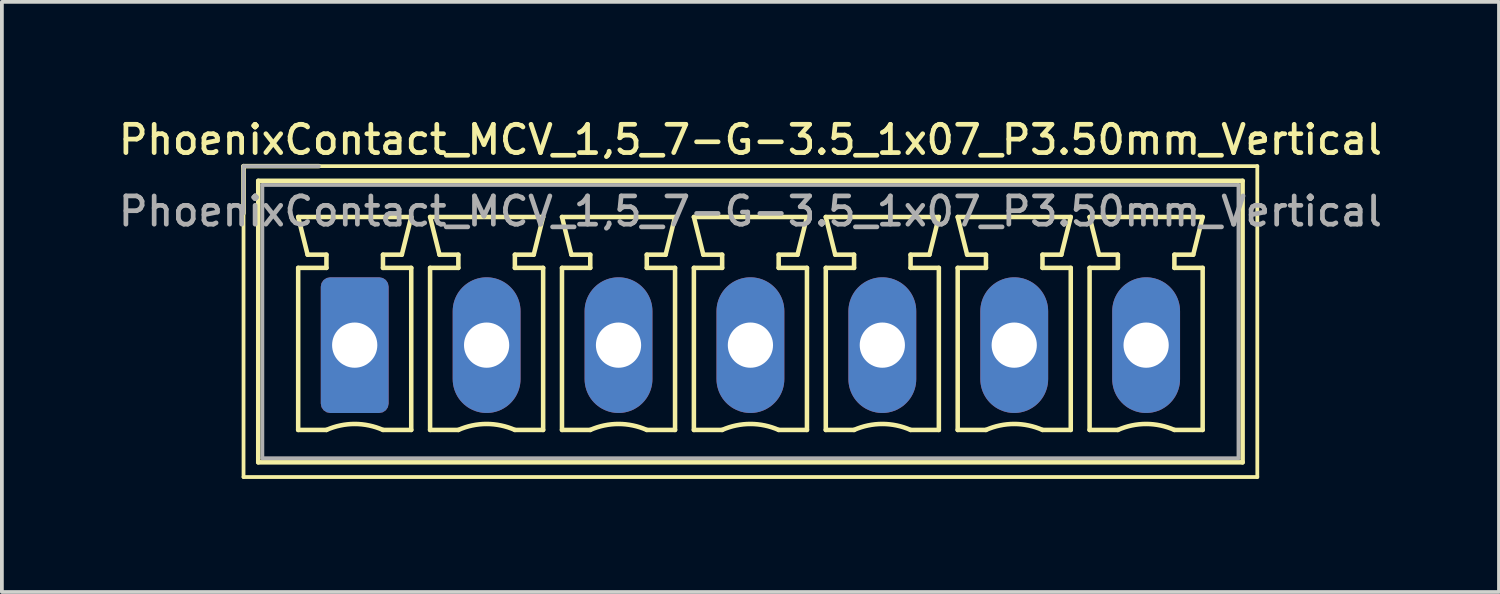
<source format=kicad_pcb>
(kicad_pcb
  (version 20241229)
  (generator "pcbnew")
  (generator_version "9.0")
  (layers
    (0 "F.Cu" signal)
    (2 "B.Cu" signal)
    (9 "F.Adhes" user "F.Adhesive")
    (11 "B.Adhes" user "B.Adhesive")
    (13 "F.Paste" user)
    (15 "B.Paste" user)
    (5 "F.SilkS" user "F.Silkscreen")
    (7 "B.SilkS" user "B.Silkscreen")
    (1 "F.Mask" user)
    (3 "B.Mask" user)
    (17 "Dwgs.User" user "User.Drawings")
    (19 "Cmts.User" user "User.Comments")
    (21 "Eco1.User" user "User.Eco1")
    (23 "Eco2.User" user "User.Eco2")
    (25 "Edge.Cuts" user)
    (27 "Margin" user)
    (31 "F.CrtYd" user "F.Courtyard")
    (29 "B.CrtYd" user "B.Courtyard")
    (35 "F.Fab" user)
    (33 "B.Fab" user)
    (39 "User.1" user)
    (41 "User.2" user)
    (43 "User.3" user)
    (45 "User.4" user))
  (footprint "PhoenixContact_MCV_1,5_7-G-3.5_1x07_P3.50mm_Vertical"
    (layer "F.Cu")
    (at 6.362 6.108)
    (property "Reference" "PhoenixContact_MCV_1,5_7-G-3.5_1x07_P3.50mm_Vertical" (at 10.5 -5.45 0) (layer "F.SilkS") (effects (font (size 0.75 0.75) (thickness 0.125))))
    (attr through_hole)
    (fp_line (start -2.95 -4.75) (end -2.95 3.5) (stroke (width 0.1) (type solid)) (layer "F.SilkS"))
    (fp_line (start -2.95 -4.75) (end -0.95 -4.75) (stroke (width 0.12) (type solid)) (layer "F.SilkS"))
    (fp_line (start -2.95 -3.5) (end -2.95 -4.75) (stroke (width 0.12) (type solid)) (layer "F.SilkS"))
    (fp_line (start -2.95 3.5) (end 23.95 3.5) (stroke (width 0.1) (type solid)) (layer "F.SilkS"))
    (fp_line (start -2.56 -4.36) (end -2.56 3.11) (stroke (width 0.12) (type solid)) (layer "F.SilkS"))
    (fp_line (start -2.56 3.11) (end 23.56 3.11) (stroke (width 0.12) (type solid)) (layer "F.SilkS"))
    (fp_line (start -1.5 -3.4) (end 1.5 -3.4) (stroke (width 0.12) (type solid)) (layer "F.SilkS"))
    (fp_line (start -1.5 -2.05) (end -0.75 -2.05) (stroke (width 0.12) (type solid)) (layer "F.SilkS"))
    (fp_line (start -1.5 2.25) (end -1.5 -2.05) (stroke (width 0.12) (type solid)) (layer "F.SilkS"))
    (fp_line (start -1.25 -2.4) (end -1.5 -3.4) (stroke (width 0.12) (type solid)) (layer "F.SilkS"))
    (fp_line (start -0.75 -2.4) (end -1.25 -2.4) (stroke (width 0.12) (type solid)) (layer "F.SilkS"))
    (fp_line (start -0.75 -2.05) (end -0.75 -2.4) (stroke (width 0.12) (type solid)) (layer "F.SilkS"))
    (fp_line (start -0.75 2.25) (end -1.5 2.25) (stroke (width 0.12) (type solid)) (layer "F.SilkS"))
    (fp_line (start 0.75 -2.4) (end 0.75 -2.05) (stroke (width 0.12) (type solid)) (layer "F.SilkS"))
    (fp_line (start 0.75 -2.05) (end 1.5 -2.05) (stroke (width 0.12) (type solid)) (layer "F.SilkS"))
    (fp_line (start 1.25 -2.4) (end 0.75 -2.4) (stroke (width 0.12) (type solid)) (layer "F.SilkS"))
    (fp_line (start 1.5 -3.4) (end 1.25 -2.4) (stroke (width 0.12) (type solid)) (layer "F.SilkS"))
    (fp_line (start 1.5 -2.05) (end 1.5 2.25) (stroke (width 0.12) (type solid)) (layer "F.SilkS"))
    (fp_line (start 1.5 2.25) (end 0.75 2.25) (stroke (width 0.12) (type solid)) (layer "F.SilkS"))
    (fp_line (start 2 -3.4) (end 5 -3.4) (stroke (width 0.12) (type solid)) (layer "F.SilkS"))
    (fp_line (start 2 -2.05) (end 2.75 -2.05) (stroke (width 0.12) (type solid)) (layer "F.SilkS"))
    (fp_line (start 2 2.25) (end 2 -2.05) (stroke (width 0.12) (type solid)) (layer "F.SilkS"))
    (fp_line (start 2.25 -2.4) (end 2 -3.4) (stroke (width 0.12) (type solid)) (layer "F.SilkS"))
    (fp_line (start 2.75 -2.4) (end 2.25 -2.4) (stroke (width 0.12) (type solid)) (layer "F.SilkS"))
    (fp_line (start 2.75 -2.05) (end 2.75 -2.4) (stroke (width 0.12) (type solid)) (layer "F.SilkS"))
    (fp_line (start 2.75 2.25) (end 2 2.25) (stroke (width 0.12) (type solid)) (layer "F.SilkS"))
    (fp_line (start 4.25 -2.4) (end 4.25 -2.05) (stroke (width 0.12) (type solid)) (layer "F.SilkS"))
    (fp_line (start 4.25 -2.05) (end 5 -2.05) (stroke (width 0.12) (type solid)) (layer "F.SilkS"))
    (fp_line (start 4.75 -2.4) (end 4.25 -2.4) (stroke (width 0.12) (type solid)) (layer "F.SilkS"))
    (fp_line (start 5 -3.4) (end 4.75 -2.4) (stroke (width 0.12) (type solid)) (layer "F.SilkS"))
    (fp_line (start 5 -2.05) (end 5 2.25) (stroke (width 0.12) (type solid)) (layer "F.SilkS"))
    (fp_line (start 5 2.25) (end 4.25 2.25) (stroke (width 0.12) (type solid)) (layer "F.SilkS"))
    (fp_line (start 5.5 -3.4) (end 8.5 -3.4) (stroke (width 0.12) (type solid)) (layer "F.SilkS"))
    (fp_line (start 5.5 -2.05) (end 6.25 -2.05) (stroke (width 0.12) (type solid)) (layer "F.SilkS"))
    (fp_line (start 5.5 2.25) (end 5.5 -2.05) (stroke (width 0.12) (type solid)) (layer "F.SilkS"))
    (fp_line (start 5.75 -2.4) (end 5.5 -3.4) (stroke (width 0.12) (type solid)) (layer "F.SilkS"))
    (fp_line (start 6.25 -2.4) (end 5.75 -2.4) (stroke (width 0.12) (type solid)) (layer "F.SilkS"))
    (fp_line (start 6.25 -2.05) (end 6.25 -2.4) (stroke (width 0.12) (type solid)) (layer "F.SilkS"))
    (fp_line (start 6.25 2.25) (end 5.5 2.25) (stroke (width 0.12) (type solid)) (layer "F.SilkS"))
    (fp_line (start 7.75 -2.4) (end 7.75 -2.05) (stroke (width 0.12) (type solid)) (layer "F.SilkS"))
    (fp_line (start 7.75 -2.05) (end 8.5 -2.05) (stroke (width 0.12) (type solid)) (layer "F.SilkS"))
    (fp_line (start 8.25 -2.4) (end 7.75 -2.4) (stroke (width 0.12) (type solid)) (layer "F.SilkS"))
    (fp_line (start 8.5 -3.4) (end 8.25 -2.4) (stroke (width 0.12) (type solid)) (layer "F.SilkS"))
    (fp_line (start 8.5 -2.05) (end 8.5 2.25) (stroke (width 0.12) (type solid)) (layer "F.SilkS"))
    (fp_line (start 8.5 2.25) (end 7.75 2.25) (stroke (width 0.12) (type solid)) (layer "F.SilkS"))
    (fp_line (start 9 -3.4) (end 12 -3.4) (stroke (width 0.12) (type solid)) (layer "F.SilkS"))
    (fp_line (start 9 -2.05) (end 9.75 -2.05) (stroke (width 0.12) (type solid)) (layer "F.SilkS"))
    (fp_line (start 9 2.25) (end 9 -2.05) (stroke (width 0.12) (type solid)) (layer "F.SilkS"))
    (fp_line (start 9.25 -2.4) (end 9 -3.4) (stroke (width 0.12) (type solid)) (layer "F.SilkS"))
    (fp_line (start 9.75 -2.4) (end 9.25 -2.4) (stroke (width 0.12) (type solid)) (layer "F.SilkS"))
    (fp_line (start 9.75 -2.05) (end 9.75 -2.4) (stroke (width 0.12) (type solid)) (layer "F.SilkS"))
    (fp_line (start 9.75 2.25) (end 9 2.25) (stroke (width 0.12) (type solid)) (layer "F.SilkS"))
    (fp_line (start 11.25 -2.4) (end 11.25 -2.05) (stroke (width 0.12) (type solid)) (layer "F.SilkS"))
    (fp_line (start 11.25 -2.05) (end 12 -2.05) (stroke (width 0.12) (type solid)) (layer "F.SilkS"))
    (fp_line (start 11.75 -2.4) (end 11.25 -2.4) (stroke (width 0.12) (type solid)) (layer "F.SilkS"))
    (fp_line (start 12 -3.4) (end 11.75 -2.4) (stroke (width 0.12) (type solid)) (layer "F.SilkS"))
    (fp_line (start 12 -2.05) (end 12 2.25) (stroke (width 0.12) (type solid)) (layer "F.SilkS"))
    (fp_line (start 12 2.25) (end 11.25 2.25) (stroke (width 0.12) (type solid)) (layer "F.SilkS"))
    (fp_line (start 12.5 -3.4) (end 15.5 -3.4) (stroke (width 0.12) (type solid)) (layer "F.SilkS"))
    (fp_line (start 12.5 -2.05) (end 13.25 -2.05) (stroke (width 0.12) (type solid)) (layer "F.SilkS"))
    (fp_line (start 12.5 2.25) (end 12.5 -2.05) (stroke (width 0.12) (type solid)) (layer "F.SilkS"))
    (fp_line (start 12.75 -2.4) (end 12.5 -3.4) (stroke (width 0.12) (type solid)) (layer "F.SilkS"))
    (fp_line (start 13.25 -2.4) (end 12.75 -2.4) (stroke (width 0.12) (type solid)) (layer "F.SilkS"))
    (fp_line (start 13.25 -2.05) (end 13.25 -2.4) (stroke (width 0.12) (type solid)) (layer "F.SilkS"))
    (fp_line (start 13.25 2.25) (end 12.5 2.25) (stroke (width 0.12) (type solid)) (layer "F.SilkS"))
    (fp_line (start 14.75 -2.4) (end 14.75 -2.05) (stroke (width 0.12) (type solid)) (layer "F.SilkS"))
    (fp_line (start 14.75 -2.05) (end 15.5 -2.05) (stroke (width 0.12) (type solid)) (layer "F.SilkS"))
    (fp_line (start 15.25 -2.4) (end 14.75 -2.4) (stroke (width 0.12) (type solid)) (layer "F.SilkS"))
    (fp_line (start 15.5 -3.4) (end 15.25 -2.4) (stroke (width 0.12) (type solid)) (layer "F.SilkS"))
    (fp_line (start 15.5 -2.05) (end 15.5 2.25) (stroke (width 0.12) (type solid)) (layer "F.SilkS"))
    (fp_line (start 15.5 2.25) (end 14.75 2.25) (stroke (width 0.12) (type solid)) (layer "F.SilkS"))
    (fp_line (start 16 -3.4) (end 19 -3.4) (stroke (width 0.12) (type solid)) (layer "F.SilkS"))
    (fp_line (start 16 -2.05) (end 16.75 -2.05) (stroke (width 0.12) (type solid)) (layer "F.SilkS"))
    (fp_line (start 16 2.25) (end 16 -2.05) (stroke (width 0.12) (type solid)) (layer "F.SilkS"))
    (fp_line (start 16.25 -2.4) (end 16 -3.4) (stroke (width 0.12) (type solid)) (layer "F.SilkS"))
    (fp_line (start 16.75 -2.4) (end 16.25 -2.4) (stroke (width 0.12) (type solid)) (layer "F.SilkS"))
    (fp_line (start 16.75 -2.05) (end 16.75 -2.4) (stroke (width 0.12) (type solid)) (layer "F.SilkS"))
    (fp_line (start 16.75 2.25) (end 16 2.25) (stroke (width 0.12) (type solid)) (layer "F.SilkS"))
    (fp_line (start 18.25 -2.4) (end 18.25 -2.05) (stroke (width 0.12) (type solid)) (layer "F.SilkS"))
    (fp_line (start 18.25 -2.05) (end 19 -2.05) (stroke (width 0.12) (type solid)) (layer "F.SilkS"))
    (fp_line (start 18.75 -2.4) (end 18.25 -2.4) (stroke (width 0.12) (type solid)) (layer "F.SilkS"))
    (fp_line (start 19 -3.4) (end 18.75 -2.4) (stroke (width 0.12) (type solid)) (layer "F.SilkS"))
    (fp_line (start 19 -2.05) (end 19 2.25) (stroke (width 0.12) (type solid)) (layer "F.SilkS"))
    (fp_line (start 19 2.25) (end 18.25 2.25) (stroke (width 0.12) (type solid)) (layer "F.SilkS"))
    (fp_line (start 19.5 -3.4) (end 22.5 -3.4) (stroke (width 0.12) (type solid)) (layer "F.SilkS"))
    (fp_line (start 19.5 -2.05) (end 20.25 -2.05) (stroke (width 0.12) (type solid)) (layer "F.SilkS"))
    (fp_line (start 19.5 2.25) (end 19.5 -2.05) (stroke (width 0.12) (type solid)) (layer "F.SilkS"))
    (fp_line (start 19.75 -2.4) (end 19.5 -3.4) (stroke (width 0.12) (type solid)) (layer "F.SilkS"))
    (fp_line (start 20.25 -2.4) (end 19.75 -2.4) (stroke (width 0.12) (type solid)) (layer "F.SilkS"))
    (fp_line (start 20.25 -2.05) (end 20.25 -2.4) (stroke (width 0.12) (type solid)) (layer "F.SilkS"))
    (fp_line (start 20.25 2.25) (end 19.5 2.25) (stroke (width 0.12) (type solid)) (layer "F.SilkS"))
    (fp_line (start 21.75 -2.4) (end 21.75 -2.05) (stroke (width 0.12) (type solid)) (layer "F.SilkS"))
    (fp_line (start 21.75 -2.05) (end 22.5 -2.05) (stroke (width 0.12) (type solid)) (layer "F.SilkS"))
    (fp_line (start 22.25 -2.4) (end 21.75 -2.4) (stroke (width 0.12) (type solid)) (layer "F.SilkS"))
    (fp_line (start 22.5 -3.4) (end 22.25 -2.4) (stroke (width 0.12) (type solid)) (layer "F.SilkS"))
    (fp_line (start 22.5 -2.05) (end 22.5 2.25) (stroke (width 0.12) (type solid)) (layer "F.SilkS"))
    (fp_line (start 22.5 2.25) (end 21.75 2.25) (stroke (width 0.12) (type solid)) (layer "F.SilkS"))
    (fp_line (start 23.56 -4.36) (end -2.56 -4.36) (stroke (width 0.12) (type solid)) (layer "F.SilkS"))
    (fp_line (start 23.56 3.11) (end 23.56 -4.36) (stroke (width 0.12) (type solid)) (layer "F.SilkS"))
    (fp_line (start 23.95 -4.75) (end -2.95 -4.75) (stroke (width 0.1) (type solid)) (layer "F.SilkS"))
    (fp_line (start 23.95 3.5) (end 23.95 -4.75) (stroke (width 0.1) (type solid)) (layer "F.SilkS"))
    (fp_arc (start -0.75 2.25) (mid -0.000193 2.09191) (end 0.749647 2.249844) (stroke (width 0.12) (type solid)) (layer "F.SilkS"))
    (fp_arc (start 2.75 2.25) (mid 3.499807 2.09191) (end 4.249647 2.249844) (stroke (width 0.12) (type solid)) (layer "F.SilkS"))
    (fp_arc (start 6.25 2.25) (mid 6.999807 2.09191) (end 7.749647 2.249844) (stroke (width 0.12) (type solid)) (layer "F.SilkS"))
    (fp_arc (start 9.75 2.25) (mid 10.499807 2.09191) (end 11.249647 2.249844) (stroke (width 0.12) (type solid)) (layer "F.SilkS"))
    (fp_arc (start 13.25 2.25) (mid 13.999807 2.09191) (end 14.749647 2.249844) (stroke (width 0.12) (type solid)) (layer "F.SilkS"))
    (fp_arc (start 16.75 2.25) (mid 17.499807 2.09191) (end 18.249647 2.249844) (stroke (width 0.12) (type solid)) (layer "F.SilkS"))
    (fp_arc (start 20.25 2.25) (mid 20.999807 2.09191) (end 21.749647 2.249844) (stroke (width 0.12) (type solid)) (layer "F.SilkS"))
    (fp_line (start -2.95 -4.75) (end -0.95 -4.75) (stroke (width 0.1) (type solid)) (layer "F.Fab"))
    (fp_line (start -2.95 -3.5) (end -2.95 -4.75) (stroke (width 0.1) (type solid)) (layer "F.Fab"))
    (fp_line (start -2.45 -4.25) (end -2.45 3) (stroke (width 0.1) (type solid)) (layer "F.Fab"))
    (fp_line (start -2.45 3) (end 23.45 3) (stroke (width 0.1) (type solid)) (layer "F.Fab"))
    (fp_line (start 23.45 -4.25) (end -2.45 -4.25) (stroke (width 0.1) (type solid)) (layer "F.Fab"))
    (fp_line (start 23.45 3) (end 23.45 -4.25) (stroke (width 0.1) (type solid)) (layer "F.Fab"))
    (fp_text user "${REFERENCE}" (at 10.5 -3.55 0) (layer "F.Fab") (effects (font (size 0.75 0.75) (thickness 0.125))))
    (pad "1" thru_hole roundrect (at 0 0) (size 1.8 3.6) (drill 1.2) (layers "*.Cu" "*.Mask") (roundrect_rratio 0.139))
    (pad "2" thru_hole oval (at 3.5 0) (size 1.8 3.6) (drill 1.2) (layers "*.Cu" "*.Mask"))
    (pad "3" thru_hole oval (at 7 0) (size 1.8 3.6) (drill 1.2) (layers "*.Cu" "*.Mask"))
    (pad "4" thru_hole oval (at 10.5 0) (size 1.8 3.6) (drill 1.2) (layers "*.Cu" "*.Mask"))
    (pad "5" thru_hole oval (at 14 0) (size 1.8 3.6) (drill 1.2) (layers "*.Cu" "*.Mask"))
    (pad "6" thru_hole oval (at 17.5 0) (size 1.8 3.6) (drill 1.2) (layers "*.Cu" "*.Mask"))
    (pad "7" thru_hole oval (at 21 0) (size 1.8 3.6) (drill 1.2) (layers "*.Cu" "*.Mask")))
  (gr_rect
    (start -3 -3)
    (end 36.725 12.658)
    (stroke (width 0.1) (type default))
    (fill no)
    (layer "Edge.Cuts")))
</source>
